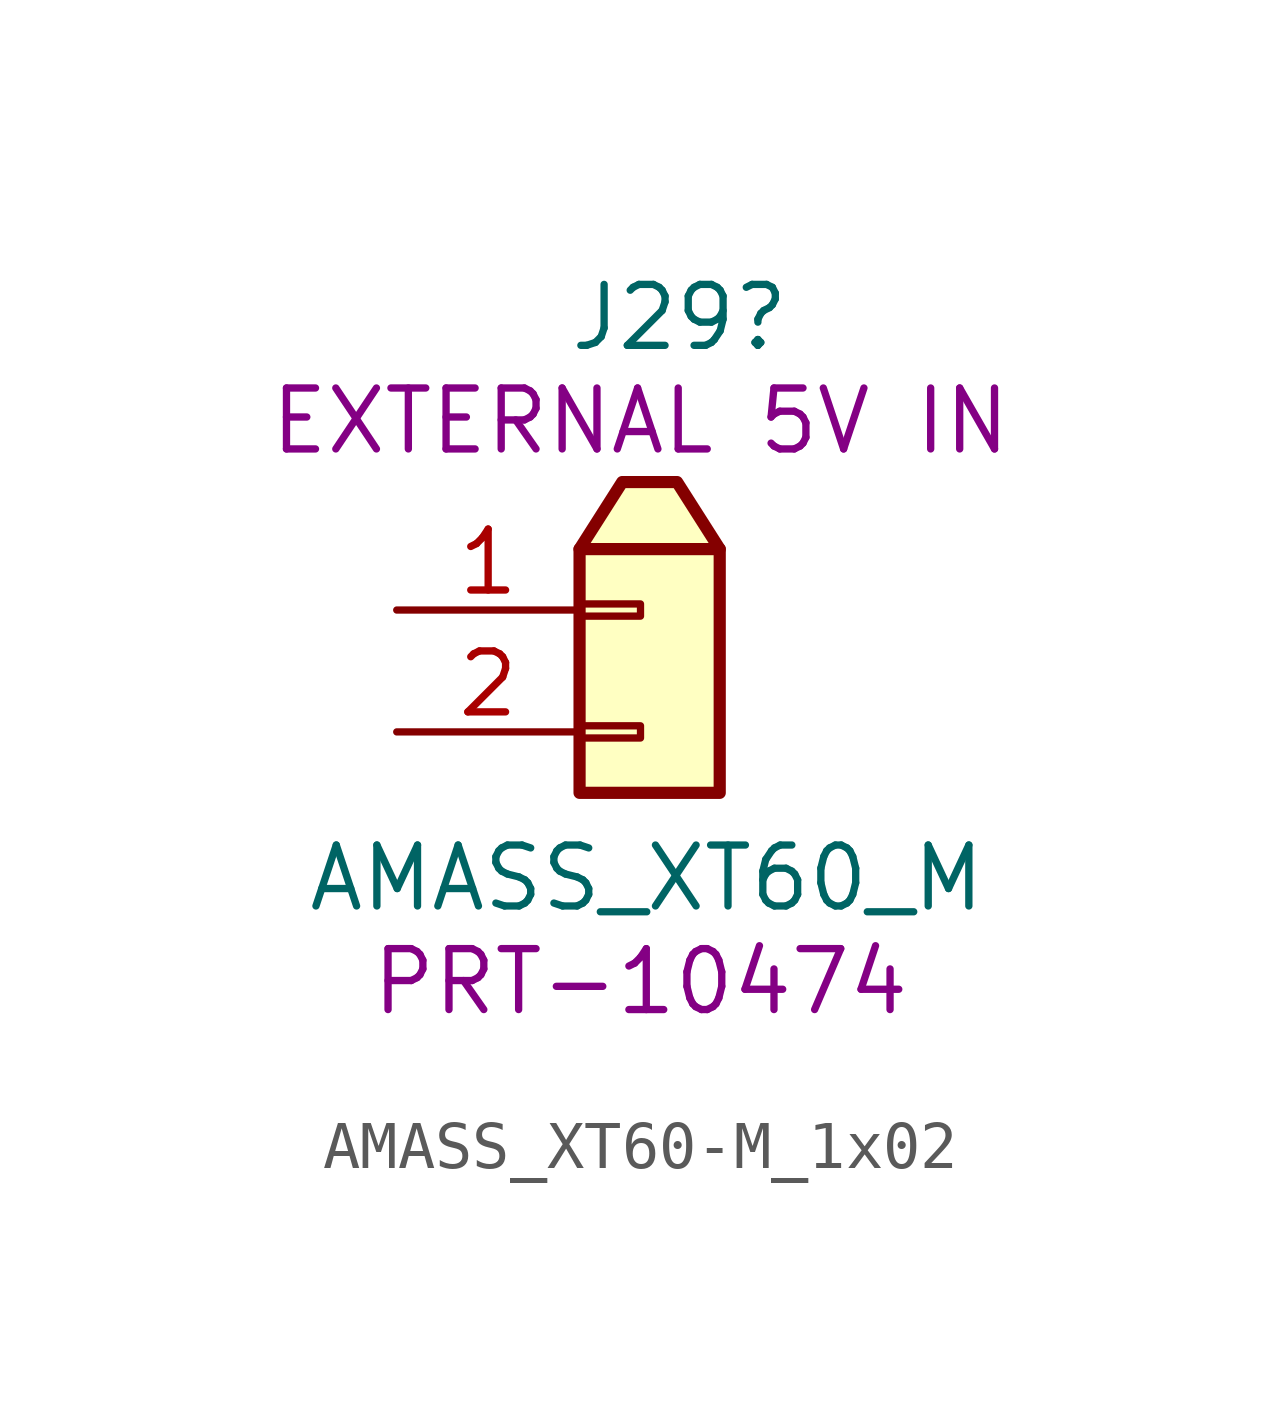
<source format=kicad_sym>
(kicad_symbol_lib
  (version 20220914)
  (generator kicad_symbol_editor)
  (symbol "AMASS_XT60-M_1x02"
    (pin_names
      (offset 1.016) hide)
    (property "Reference" "J29"
      (at -1.524 6.096 0)
      (effects (font (size 1.27 1.27)) (justify left)))
    (property "Value" "AMASS_XT60_M"
      (at -6.985 -5.588 0)
      (effects (font (size 1.27 1.27)) (justify left)))
    (property "Manufacturer PN" "PRT-10474"
      (at 0 -7.747 0)
      (effects (font (size 1.27 1.27))))
    (property "Silkscreen" "EXTERNAL 5V IN"
      (at 0 3.937 0)
      (effects (font (size 1.27 1.27))))
    (symbol "AMASS_XT60-M_1x02_1_1"
      (rectangle (start -1.27 -2.413) (end 0 -2.667) (stroke (width 0.152) (type default)) (fill (type none)))
      (rectangle (start -1.27 0.127) (end 0 -0.127) (stroke (width 0.152) (type default)) (fill (type none)))
      (rectangle (start -1.27 1.27) (end 1.651 -3.81) (stroke (width 0.254) (type default)) (fill (type background)))
      (polyline (pts (xy 1.651 1.27) (xy 0.762 2.667) (xy -0.381 2.667) (xy -1.27 1.27)) (stroke (width 0.254) (type default)) (fill (type background)))
      (pin passive line (at -5.08 0 0) (length 3.81) (name "Pin_1" (effects (font (size 1.27 1.27)))) (number "1" (effects (font (size 1.27 1.27)))))
      (pin passive line (at -5.08 -2.54 0) (length 3.81) (name "Pin_2" (effects (font (size 1.27 1.27)))) (number "2" (effects (font (size 1.27 1.27))))))))
</source>
